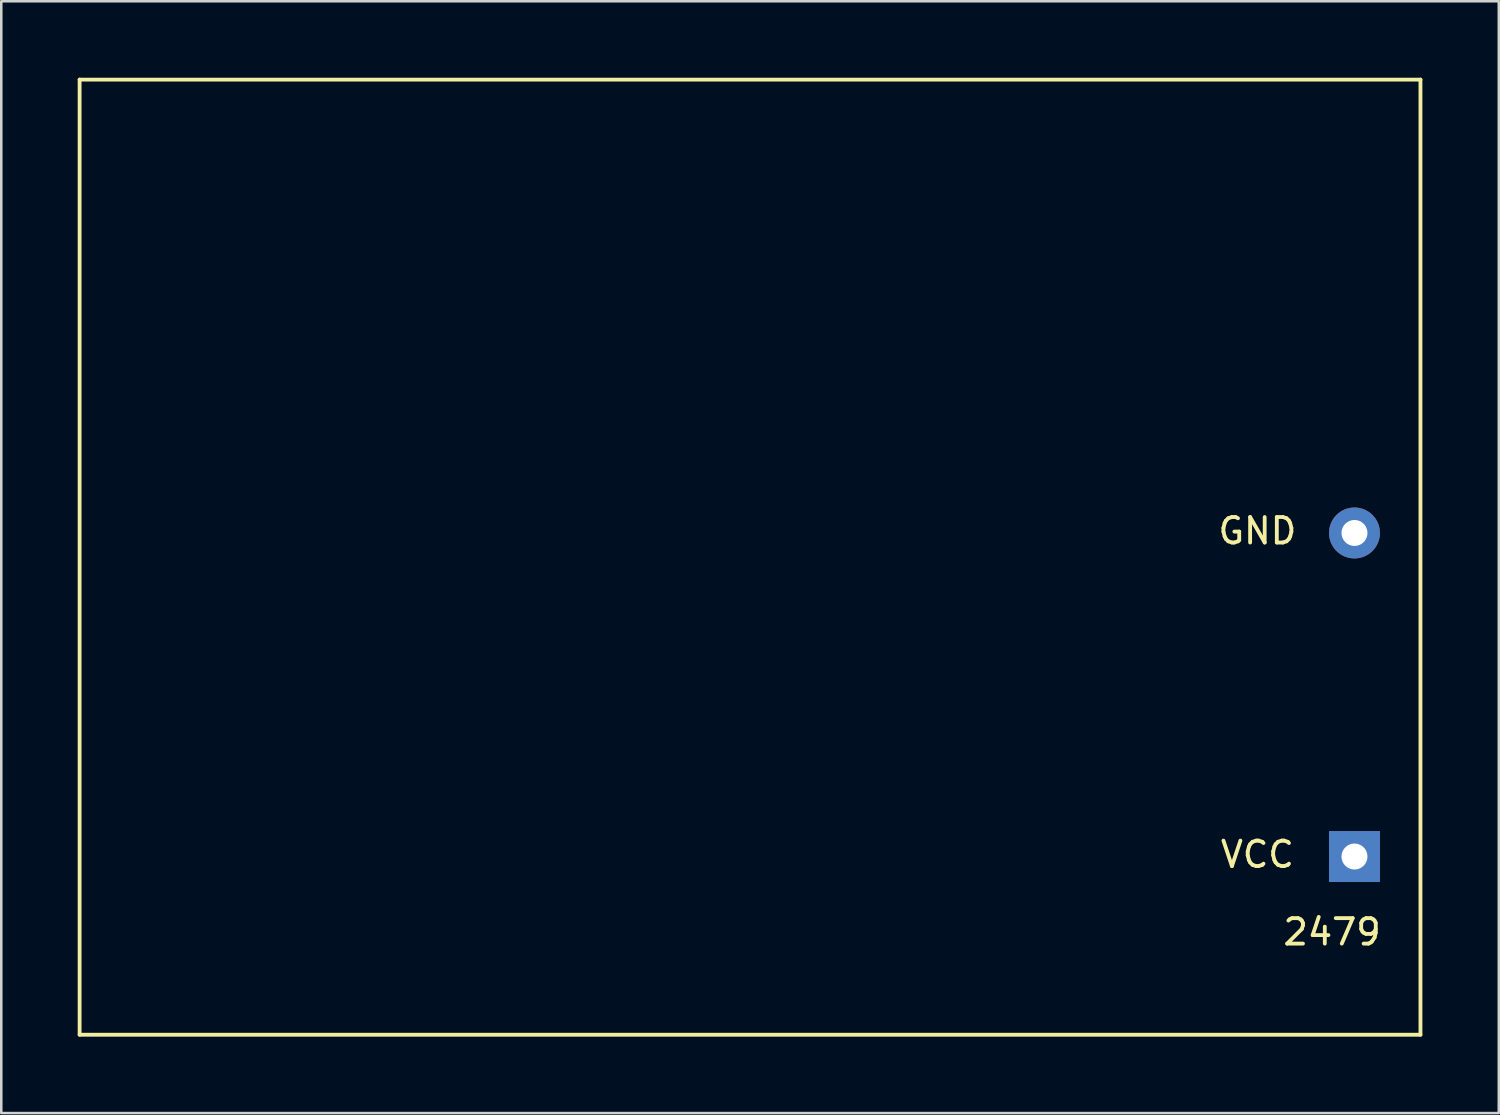
<source format=kicad_pcb>
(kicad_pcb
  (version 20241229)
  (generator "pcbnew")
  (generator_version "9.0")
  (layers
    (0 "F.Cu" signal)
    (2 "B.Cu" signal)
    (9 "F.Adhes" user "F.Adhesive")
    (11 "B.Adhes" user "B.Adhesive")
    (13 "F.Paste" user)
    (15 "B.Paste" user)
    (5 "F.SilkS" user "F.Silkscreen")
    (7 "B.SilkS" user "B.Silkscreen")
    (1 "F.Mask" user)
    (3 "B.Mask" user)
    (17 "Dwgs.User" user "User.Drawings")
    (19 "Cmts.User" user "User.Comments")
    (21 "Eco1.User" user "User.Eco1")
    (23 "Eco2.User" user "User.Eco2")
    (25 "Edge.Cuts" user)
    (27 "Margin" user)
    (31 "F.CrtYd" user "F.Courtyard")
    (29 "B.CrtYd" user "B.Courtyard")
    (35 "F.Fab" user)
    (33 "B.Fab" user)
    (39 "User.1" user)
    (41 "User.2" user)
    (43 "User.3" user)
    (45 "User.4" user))
  (footprint "2479"
    (layer "F.Cu")
    (at 50.115 22.87)
    (property "Reference" "2479" (at -0.879 10.663 0) (layer "F.SilkS") (effects (font (size 1 1) (thickness 0.15))))
    (attr through_hole)
    (fp_line (start -50.04 -22.795) (end -50.04 14.695) (stroke (width 0.15) (type solid)) (layer "F.SilkS"))
    (fp_line (start -50.04 -22.795) (end 2.59 -22.795) (stroke (width 0.15) (type solid)) (layer "F.SilkS"))
    (fp_line (start 2.59 -22.795) (end 2.59 14.695) (stroke (width 0.15) (type solid)) (layer "F.SilkS"))
    (fp_line (start 2.59 14.695) (end -50.04 14.695) (stroke (width 0.15) (type solid)) (layer "F.SilkS"))
    (fp_text user "GND" (at -3.81 -5.08 0) (layer "F.SilkS") (effects (font (size 1 1) (thickness 0.15))))
    (fp_text user "VCC" (at -3.81 7.62 0) (layer "F.SilkS") (effects (font (size 1 1) (thickness 0.15))))
    (pad "1" thru_hole rect (at 0 7.7) (size 2 2) (drill 1.02) (layers "*.Cu" "*.Mask"))
    (pad "2" thru_hole circle (at 0 -5) (size 2 2) (drill 1.02) (layers "*.Cu" "*.Mask")))
  (gr_rect
    (start -3 -3)
    (end 55.78 40.64)
    (stroke (width 0.1) (type default))
    (fill no)
    (layer "Edge.Cuts")))
</source>
